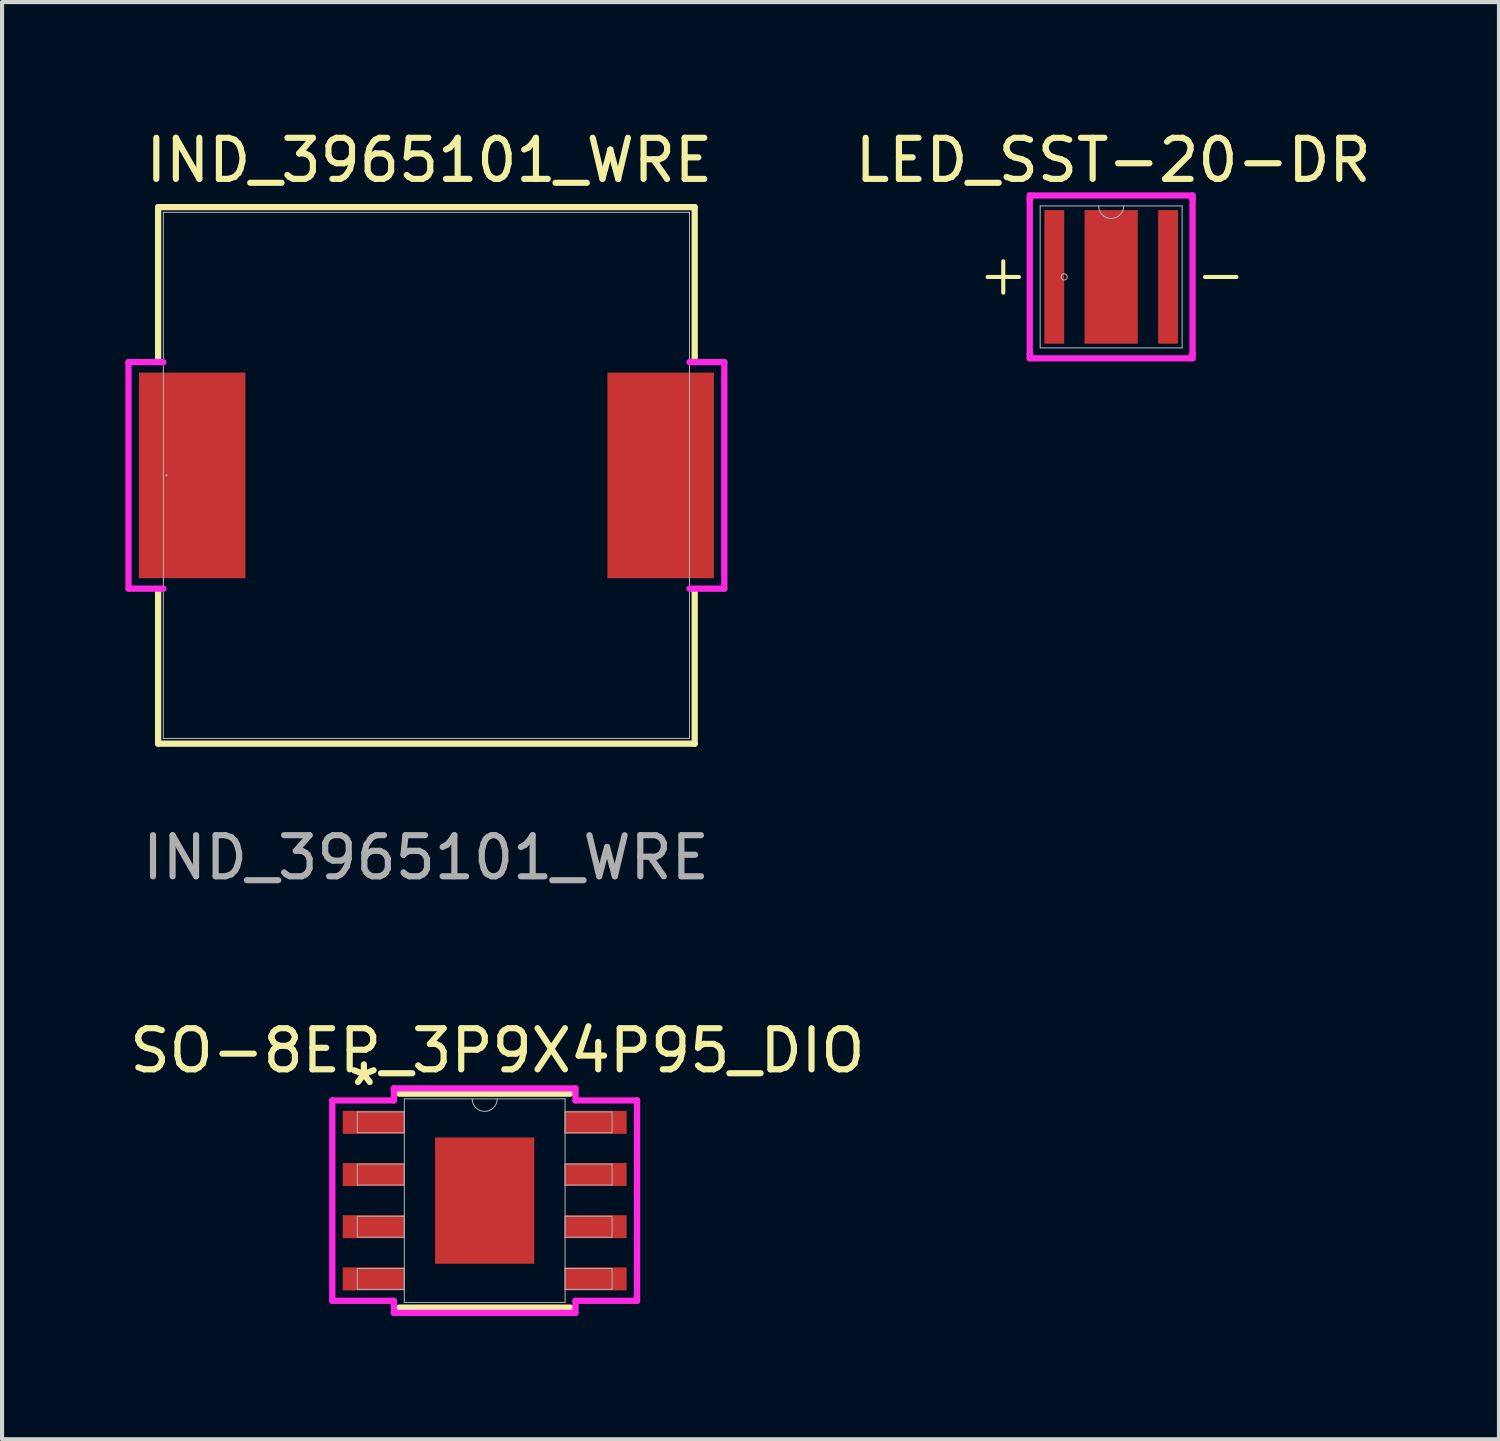
<source format=kicad_pcb>
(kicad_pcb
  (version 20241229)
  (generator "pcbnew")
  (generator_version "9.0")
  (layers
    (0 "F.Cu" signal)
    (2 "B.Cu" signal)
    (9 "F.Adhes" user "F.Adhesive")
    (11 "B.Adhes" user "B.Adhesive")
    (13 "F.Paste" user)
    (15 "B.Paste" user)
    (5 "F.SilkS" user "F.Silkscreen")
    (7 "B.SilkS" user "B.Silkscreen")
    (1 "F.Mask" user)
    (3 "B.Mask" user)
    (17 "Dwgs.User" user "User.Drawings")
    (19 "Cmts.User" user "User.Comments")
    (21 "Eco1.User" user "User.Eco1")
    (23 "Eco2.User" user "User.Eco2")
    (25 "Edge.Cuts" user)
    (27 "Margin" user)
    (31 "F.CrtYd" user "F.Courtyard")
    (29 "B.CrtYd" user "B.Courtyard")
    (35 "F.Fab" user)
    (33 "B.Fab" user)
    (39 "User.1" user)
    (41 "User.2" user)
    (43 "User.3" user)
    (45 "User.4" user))
  (footprint "SO-8EP_3P9X4P95_DIO"
    (layer "F.Cu")
    (at 8.744 26.165)
    (property "Reference" "SO-8EP_3P9X4P95_DIO" (at 0.31 -3.65 0) (unlocked yes) (layer "F.SilkS") (effects (font (size 1 1) (thickness 0.15))))
    (attr smd)
    (fp_line (start -2.083 2.603) (end 2.083 2.603) (stroke (width 0.152) (type solid)) (layer "F.SilkS"))
    (fp_line (start 2.083 -2.603) (end -2.083 -2.603) (stroke (width 0.152) (type solid)) (layer "F.SilkS"))
    (fp_poly (pts (xy -1.107 -1.437) (xy -1.107 -0.1) (xy 1.107 -0.1) (xy 1.107 -1.437)) (stroke (width 0) (type solid)) (fill yes) (layer "F.Paste"))
    (fp_poly (pts (xy -1.107 0.1) (xy -1.107 1.437) (xy 1.107 1.437) (xy 1.107 0.1)) (stroke (width 0) (type solid)) (fill yes) (layer "F.Paste"))
    (fp_line (start -3.708 -2.438) (end -2.21 -2.438) (stroke (width 0.152) (type solid)) (layer "F.CrtYd"))
    (fp_line (start -3.708 2.438) (end -3.708 -2.438) (stroke (width 0.152) (type solid)) (layer "F.CrtYd"))
    (fp_line (start -3.708 2.438) (end -2.21 2.438) (stroke (width 0.152) (type solid)) (layer "F.CrtYd"))
    (fp_line (start -2.21 -2.731) (end 2.21 -2.731) (stroke (width 0.152) (type solid)) (layer "F.CrtYd"))
    (fp_line (start -2.21 -2.438) (end -2.21 -2.731) (stroke (width 0.152) (type solid)) (layer "F.CrtYd"))
    (fp_line (start -2.21 2.731) (end -2.21 2.438) (stroke (width 0.152) (type solid)) (layer "F.CrtYd"))
    (fp_line (start 2.21 -2.731) (end 2.21 -2.438) (stroke (width 0.152) (type solid)) (layer "F.CrtYd"))
    (fp_line (start 2.21 2.438) (end 2.21 2.731) (stroke (width 0.152) (type solid)) (layer "F.CrtYd"))
    (fp_line (start 2.21 2.731) (end -2.21 2.731) (stroke (width 0.152) (type solid)) (layer "F.CrtYd"))
    (fp_line (start 3.708 -2.438) (end 2.21 -2.438) (stroke (width 0.152) (type solid)) (layer "F.CrtYd"))
    (fp_line (start 3.708 -2.438) (end 3.708 2.438) (stroke (width 0.152) (type solid)) (layer "F.CrtYd"))
    (fp_line (start 3.708 2.438) (end 2.21 2.438) (stroke (width 0.152) (type solid)) (layer "F.CrtYd"))
    (fp_line (start -3.099 -2.159) (end -3.099 -1.651) (stroke (width 0.025) (type solid)) (layer "F.Fab"))
    (fp_line (start -3.099 -1.651) (end -1.956 -1.651) (stroke (width 0.025) (type solid)) (layer "F.Fab"))
    (fp_line (start -3.099 -0.889) (end -3.099 -0.381) (stroke (width 0.025) (type solid)) (layer "F.Fab"))
    (fp_line (start -3.099 -0.381) (end -1.956 -0.381) (stroke (width 0.025) (type solid)) (layer "F.Fab"))
    (fp_line (start -3.099 0.381) (end -3.099 0.889) (stroke (width 0.025) (type solid)) (layer "F.Fab"))
    (fp_line (start -3.099 0.889) (end -1.956 0.889) (stroke (width 0.025) (type solid)) (layer "F.Fab"))
    (fp_line (start -3.099 1.651) (end -3.099 2.159) (stroke (width 0.025) (type solid)) (layer "F.Fab"))
    (fp_line (start -3.099 2.159) (end -1.956 2.159) (stroke (width 0.025) (type solid)) (layer "F.Fab"))
    (fp_line (start -1.956 -2.477) (end -1.956 2.477) (stroke (width 0.025) (type solid)) (layer "F.Fab"))
    (fp_line (start -1.956 -2.159) (end -3.099 -2.159) (stroke (width 0.025) (type solid)) (layer "F.Fab"))
    (fp_line (start -1.956 -1.651) (end -1.956 -2.159) (stroke (width 0.025) (type solid)) (layer "F.Fab"))
    (fp_line (start -1.956 -0.889) (end -3.099 -0.889) (stroke (width 0.025) (type solid)) (layer "F.Fab"))
    (fp_line (start -1.956 -0.381) (end -1.956 -0.889) (stroke (width 0.025) (type solid)) (layer "F.Fab"))
    (fp_line (start -1.956 0.381) (end -3.099 0.381) (stroke (width 0.025) (type solid)) (layer "F.Fab"))
    (fp_line (start -1.956 0.889) (end -1.956 0.381) (stroke (width 0.025) (type solid)) (layer "F.Fab"))
    (fp_line (start -1.956 1.651) (end -3.099 1.651) (stroke (width 0.025) (type solid)) (layer "F.Fab"))
    (fp_line (start -1.956 2.159) (end -1.956 1.651) (stroke (width 0.025) (type solid)) (layer "F.Fab"))
    (fp_line (start -1.956 2.477) (end 1.956 2.477) (stroke (width 0.025) (type solid)) (layer "F.Fab"))
    (fp_line (start 1.956 -2.477) (end -1.956 -2.477) (stroke (width 0.025) (type solid)) (layer "F.Fab"))
    (fp_line (start 1.956 -2.159) (end 1.956 -1.651) (stroke (width 0.025) (type solid)) (layer "F.Fab"))
    (fp_line (start 1.956 -1.651) (end 3.099 -1.651) (stroke (width 0.025) (type solid)) (layer "F.Fab"))
    (fp_line (start 1.956 -0.889) (end 1.956 -0.381) (stroke (width 0.025) (type solid)) (layer "F.Fab"))
    (fp_line (start 1.956 -0.381) (end 3.099 -0.381) (stroke (width 0.025) (type solid)) (layer "F.Fab"))
    (fp_line (start 1.956 0.381) (end 1.956 0.889) (stroke (width 0.025) (type solid)) (layer "F.Fab"))
    (fp_line (start 1.956 0.889) (end 3.099 0.889) (stroke (width 0.025) (type solid)) (layer "F.Fab"))
    (fp_line (start 1.956 1.651) (end 1.956 2.159) (stroke (width 0.025) (type solid)) (layer "F.Fab"))
    (fp_line (start 1.956 2.159) (end 3.099 2.159) (stroke (width 0.025) (type solid)) (layer "F.Fab"))
    (fp_line (start 1.956 2.477) (end 1.956 -2.477) (stroke (width 0.025) (type solid)) (layer "F.Fab"))
    (fp_line (start 3.099 -2.159) (end 1.956 -2.159) (stroke (width 0.025) (type solid)) (layer "F.Fab"))
    (fp_line (start 3.099 -1.651) (end 3.099 -2.159) (stroke (width 0.025) (type solid)) (layer "F.Fab"))
    (fp_line (start 3.099 -0.889) (end 1.956 -0.889) (stroke (width 0.025) (type solid)) (layer "F.Fab"))
    (fp_line (start 3.099 -0.381) (end 3.099 -0.889) (stroke (width 0.025) (type solid)) (layer "F.Fab"))
    (fp_line (start 3.099 0.381) (end 1.956 0.381) (stroke (width 0.025) (type solid)) (layer "F.Fab"))
    (fp_line (start 3.099 0.889) (end 3.099 0.381) (stroke (width 0.025) (type solid)) (layer "F.Fab"))
    (fp_line (start 3.099 1.651) (end 1.956 1.651) (stroke (width 0.025) (type solid)) (layer "F.Fab"))
    (fp_line (start 3.099 2.159) (end 3.099 1.651) (stroke (width 0.025) (type solid)) (layer "F.Fab"))
    (fp_arc (start 0.3048 -2.4765) (mid 0 -2.1717) (end -0.3048 -2.4765) (stroke (width 0.0254) (type solid)) (layer "F.Fab"))
    (fp_text user "*" (at -2.94 -2.77 0) (layer "F.SilkS") (effects (font (size 1 1) (thickness 0.15))))
    (pad "1" smd rect (at -2.705 -1.905) (size 1.499 0.559) (layers "F.Cu" "F.Mask" "F.Paste"))
    (pad "2" smd rect (at -2.705 -0.635) (size 1.499 0.559) (layers "F.Cu" "F.Mask" "F.Paste"))
    (pad "3" smd rect (at -2.705 0.635) (size 1.499 0.559) (layers "F.Cu" "F.Mask" "F.Paste"))
    (pad "4" smd rect (at -2.705 1.905) (size 1.499 0.559) (layers "F.Cu" "F.Mask" "F.Paste"))
    (pad "5" smd rect (at 2.705 1.905) (size 1.499 0.559) (layers "F.Cu" "F.Mask" "F.Paste"))
    (pad "6" smd rect (at 2.705 0.635) (size 1.499 0.559) (layers "F.Cu" "F.Mask" "F.Paste"))
    (pad "7" smd rect (at 2.705 -0.635) (size 1.499 0.559) (layers "F.Cu" "F.Mask" "F.Paste"))
    (pad "8" smd rect (at 2.705 -1.905) (size 1.499 0.559) (layers "F.Cu" "F.Mask" "F.Paste"))
    (pad "EPAD" smd rect (at 0 0) (size 2.413 3.073) (layers "F.Cu" "F.Mask")))
  (footprint "IND_3965101_WRE"
    (layer "F.Cu")
    (at 7.326 8.518)
    (property "Reference" "IND_3965101_WRE" (at 0.07 -7.67 0) (unlocked yes) (layer "F.SilkS") (effects (font (size 1 1) (thickness 0.15))))
    (attr smd)
    (fp_line (start -6.528 -6.528) (end -6.528 -2.835) (stroke (width 0.152) (type solid)) (layer "F.SilkS"))
    (fp_line (start -6.528 2.835) (end -6.528 6.528) (stroke (width 0.152) (type solid)) (layer "F.SilkS"))
    (fp_line (start -6.528 6.528) (end 6.528 6.528) (stroke (width 0.152) (type solid)) (layer "F.SilkS"))
    (fp_line (start 6.528 -6.528) (end -6.528 -6.528) (stroke (width 0.152) (type solid)) (layer "F.SilkS"))
    (fp_line (start 6.528 -2.835) (end 6.528 -6.528) (stroke (width 0.152) (type solid)) (layer "F.SilkS"))
    (fp_line (start 6.528 6.528) (end 6.528 2.835) (stroke (width 0.152) (type solid)) (layer "F.SilkS"))
    (fp_line (start -7.249 -2.756) (end -6.401 -2.756) (stroke (width 0.152) (type solid)) (layer "F.CrtYd"))
    (fp_line (start -7.249 2.756) (end -7.249 -2.756) (stroke (width 0.152) (type solid)) (layer "F.CrtYd"))
    (fp_line (start -6.401 2.756) (end -7.249 2.756) (stroke (width 0.152) (type solid)) (layer "F.CrtYd"))
    (fp_line (start 6.401 -2.756) (end 7.249 -2.756) (stroke (width 0.152) (type solid)) (layer "F.CrtYd"))
    (fp_line (start 7.249 -2.756) (end 7.249 2.756) (stroke (width 0.152) (type solid)) (layer "F.CrtYd"))
    (fp_line (start 7.249 2.756) (end 6.401 2.756) (stroke (width 0.152) (type solid)) (layer "F.CrtYd"))
    (fp_line (start -6.401 -6.401) (end -6.401 6.401) (stroke (width 0.025) (type solid)) (layer "F.Fab"))
    (fp_line (start -6.401 6.401) (end 6.401 6.401) (stroke (width 0.025) (type solid)) (layer "F.Fab"))
    (fp_line (start 6.401 -6.401) (end -6.401 -6.401) (stroke (width 0.025) (type solid)) (layer "F.Fab"))
    (fp_line (start 6.401 6.401) (end 6.401 -6.401) (stroke (width 0.025) (type solid)) (layer "F.Fab"))
    (fp_circle (center -6.325 0) (end -6.325 0) (stroke (width 0.025) (type solid)) (fill no) (layer "F.Fab"))
    (fp_text user "${REFERENCE}" (at -0.01 9.3 0) (unlocked yes) (layer "F.Fab") (effects (font (size 1 1) (thickness 0.15))))
    (pad "1" smd rect (at -5.7 0) (size 2.591 5.004) (layers "F.Cu" "F.Mask" "F.Paste"))
    (pad "2" smd rect (at 5.7 0) (size 2.591 5.004) (layers "F.Cu" "F.Mask" "F.Paste"))
    (zone (net_name "") (layer "F.Cu") (hatch full 0.508) (connect_pads) (min_thickness 0.254) (filled_areas_thickness no) (keepout (tracks not_allowed) (vias not_allowed) (pads allowed) (copperpour not_allowed) (footprints allowed)) (placement (enabled no)) (fill) (polygon (pts (xy 0.976 2.168) (xy 13.676 2.168) (xy 13.676 5.966) (xy 0.976 5.966))))
    (zone (net_name "") (layer "F.Cu") (hatch full 0.508) (connect_pads) (min_thickness 0.254) (filled_areas_thickness no) (keepout (tracks not_allowed) (vias not_allowed) (pads allowed) (copperpour not_allowed) (footprints allowed)) (placement (enabled no)) (fill) (polygon (pts (xy 0.976 11.071) (xy 13.676 11.071) (xy 13.676 14.868) (xy 0.976 14.868))))
    (zone (net_name "") (layer "F.Cu") (hatch full 0.508) (connect_pads) (min_thickness 0.254) (filled_areas_thickness no) (keepout (tracks not_allowed) (vias not_allowed) (pads allowed) (copperpour not_allowed) (footprints allowed)) (placement (enabled no)) (fill) (polygon (pts (xy 2.718 5.966) (xy 11.933 5.966) (xy 11.933 11.071) (xy 2.718 11.071)))))
  (footprint "LED_SST-20-DR"
    (layer "F.Cu")
    (at 23.988 3.688)
    (property "Reference" "LED_SST-20-DR" (at 0.05 -2.84 0) (unlocked yes) (layer "F.SilkS") (effects (font (size 1 1) (thickness 0.15))))
    (attr smd)
    (fp_poly (pts (xy -0.548 -1.526) (xy -0.548 -0.1) (xy 0.548 -0.1) (xy 0.548 -1.526)) (stroke (width 0) (type solid)) (fill yes) (layer "F.Paste"))
    (fp_poly (pts (xy -0.548 0.1) (xy -0.548 1.526) (xy 0.548 1.526) (xy 0.548 0.1)) (stroke (width 0) (type solid)) (fill yes) (layer "F.Paste"))
    (fp_line (start -1.981 -1.981) (end 1.981 -1.981) (stroke (width 0.152) (type solid)) (layer "F.CrtYd"))
    (fp_line (start -1.981 -1.88) (end -1.981 -1.981) (stroke (width 0.152) (type solid)) (layer "F.CrtYd"))
    (fp_line (start -1.981 -1.88) (end -1.981 -1.88) (stroke (width 0.152) (type solid)) (layer "F.CrtYd"))
    (fp_line (start -1.981 1.88) (end -1.981 -1.88) (stroke (width 0.152) (type solid)) (layer "F.CrtYd"))
    (fp_line (start -1.981 1.88) (end -1.981 1.88) (stroke (width 0.152) (type solid)) (layer "F.CrtYd"))
    (fp_line (start -1.981 1.981) (end -1.981 1.88) (stroke (width 0.152) (type solid)) (layer "F.CrtYd"))
    (fp_line (start 1.981 -1.981) (end 1.981 -1.88) (stroke (width 0.152) (type solid)) (layer "F.CrtYd"))
    (fp_line (start 1.981 -1.88) (end 1.981 -1.88) (stroke (width 0.152) (type solid)) (layer "F.CrtYd"))
    (fp_line (start 1.981 -1.88) (end 1.981 1.88) (stroke (width 0.152) (type solid)) (layer "F.CrtYd"))
    (fp_line (start 1.981 1.88) (end 1.981 1.88) (stroke (width 0.152) (type solid)) (layer "F.CrtYd"))
    (fp_line (start 1.981 1.88) (end 1.981 1.981) (stroke (width 0.152) (type solid)) (layer "F.CrtYd"))
    (fp_line (start 1.981 1.981) (end -1.981 1.981) (stroke (width 0.152) (type solid)) (layer "F.CrtYd"))
    (fp_line (start -1.727 -1.727) (end -1.727 1.727) (stroke (width 0.025) (type solid)) (layer "F.Fab"))
    (fp_line (start -1.727 1.727) (end 1.727 1.727) (stroke (width 0.025) (type solid)) (layer "F.Fab"))
    (fp_line (start 1.727 -1.727) (end -1.727 -1.727) (stroke (width 0.025) (type solid)) (layer "F.Fab"))
    (fp_line (start 1.727 1.727) (end 1.727 -1.727) (stroke (width 0.025) (type solid)) (layer "F.Fab"))
    (fp_arc (start 0.3048 -1.7272) (mid 0 -1.4224) (end -0.3048 -1.7272) (stroke (width 0.0254) (type solid)) (layer "F.Fab"))
    (fp_circle (center -1.143 0) (end -1.067 0) (stroke (width 0.025) (type solid)) (fill no) (layer "F.Fab"))
    (fp_text user "-" (at 1.98 0.51 0) (unlocked yes) (layer "F.SilkS") (effects (font (size 1 1) (thickness 0.1)) (justify left bottom)))
    (fp_text user "+" (at -3.31 0.51 0) (unlocked yes) (layer "F.SilkS") (effects (font (size 1 1) (thickness 0.1)) (justify left bottom)))
    (pad "1" smd rect (at -1.384 0) (size 0.483 3.251) (layers "F.Cu" "F.Mask" "F.Paste"))
    (pad "2" smd rect (at 1.384 0) (size 0.483 3.251) (layers "F.Cu" "F.Mask" "F.Paste"))
    (pad "3" smd rect (at 0 0) (size 1.295 3.251) (layers "F.Cu" "F.Mask" "F.Paste")))
  (gr_rect
    (start -3 -3)
    (end 33.425 31.971)
    (stroke (width 0.1) (type default))
    (fill no)
    (layer "Edge.Cuts")))
</source>
